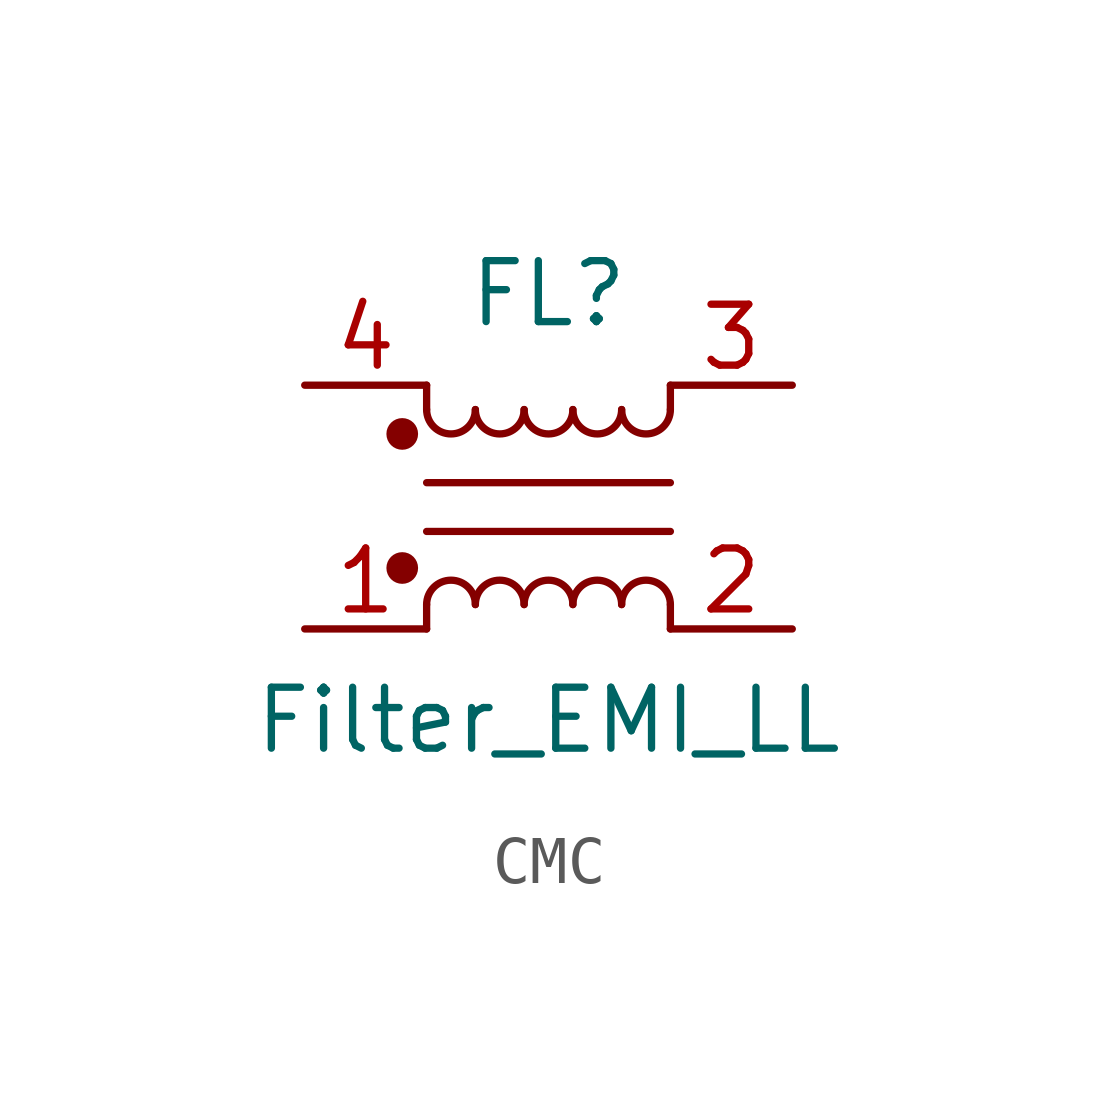
<source format=kicad_sym>
(kicad_symbol_lib
  (version 20220914)
  (generator kicad_symbol_editor)
  (symbol "CMC"
    (pin_names
      (offset 0.254) hide)
    (property "Reference" "FL"
      (at 0 4.445 0)
      (effects (font (size 1.27 1.27))))
    (property "Value" "Filter_EMI_LL"
      (at 0 -4.445 0)
      (effects (font (size 1.27 1.27))))
    (symbol "CMC_0_1"
      (circle (center -3.048 -1.27) (radius 0.254) (stroke (width 0) (type default)) (fill (type outline)))
      (circle (center -3.048 1.524) (radius 0.254) (stroke (width 0) (type default)) (fill (type outline)))
      (arc (start -2.54 2.032) (mid -2.032 1.5262) (end -1.524 2.032) (stroke (width 0) (type default)) (fill (type none)))
      (arc (start -1.524 -2.032) (mid -2.032 -1.5262) (end -2.54 -2.032) (stroke (width 0) (type default)) (fill (type none)))
      (arc (start -1.524 2.032) (mid -1.016 1.5262) (end -0.508 2.032) (stroke (width 0) (type default)) (fill (type none)))
      (arc (start -0.508 -2.032) (mid -1.016 -1.5262) (end -1.524 -2.032) (stroke (width 0) (type default)) (fill (type none)))
      (arc (start -0.508 2.032) (mid 0 1.5262) (end 0.508 2.032) (stroke (width 0) (type default)) (fill (type none)))
      (polyline (pts (xy -2.54 -2.032) (xy -2.54 -2.54)) (stroke (width 0) (type default)) (fill (type none)))
      (polyline (pts (xy -2.54 0.508) (xy 2.54 0.508)) (stroke (width 0) (type default)) (fill (type none)))
      (polyline (pts (xy -2.54 2.032) (xy -2.54 2.54)) (stroke (width 0) (type default)) (fill (type none)))
      (polyline (pts (xy 2.54 -2.032) (xy 2.54 -2.54)) (stroke (width 0) (type default)) (fill (type none)))
      (polyline (pts (xy 2.54 -0.508) (xy -2.54 -0.508)) (stroke (width 0) (type default)) (fill (type none)))
      (polyline (pts (xy 2.54 2.54) (xy 2.54 2.032)) (stroke (width 0) (type default)) (fill (type none)))
      (arc (start 0.508 -2.032) (mid 0 -1.5262) (end -0.508 -2.032) (stroke (width 0) (type default)) (fill (type none)))
      (arc (start 0.508 2.032) (mid 1.016 1.5262) (end 1.524 2.032) (stroke (width 0) (type default)) (fill (type none)))
      (arc (start 1.524 -2.032) (mid 1.016 -1.5262) (end 0.508 -2.032) (stroke (width 0) (type default)) (fill (type none)))
      (arc (start 1.524 2.032) (mid 2.032 1.5262) (end 2.54 2.032) (stroke (width 0) (type default)) (fill (type none)))
      (arc (start 2.54 -2.032) (mid 2.032 -1.5262) (end 1.524 -2.032) (stroke (width 0) (type default)) (fill (type none))))
    (symbol "CMC_1_1"
      (pin passive line (at -5.08 -2.54 0) (length 2.54) (name "1" (effects (font (size 1.27 1.27)))) (number "1" (effects (font (size 1.27 1.27)))))
      (pin passive line (at 5.08 -2.54 180) (length 2.54) (name "2" (effects (font (size 1.27 1.27)))) (number "2" (effects (font (size 1.27 1.27)))))
      (pin passive line (at 5.08 2.54 180) (length 2.54) (name "3" (effects (font (size 1.27 1.27)))) (number "3" (effects (font (size 1.27 1.27)))))
      (pin passive line (at -5.08 2.54 0) (length 2.54) (name "4" (effects (font (size 1.27 1.27)))) (number "4" (effects (font (size 1.27 1.27))))))))
</source>
